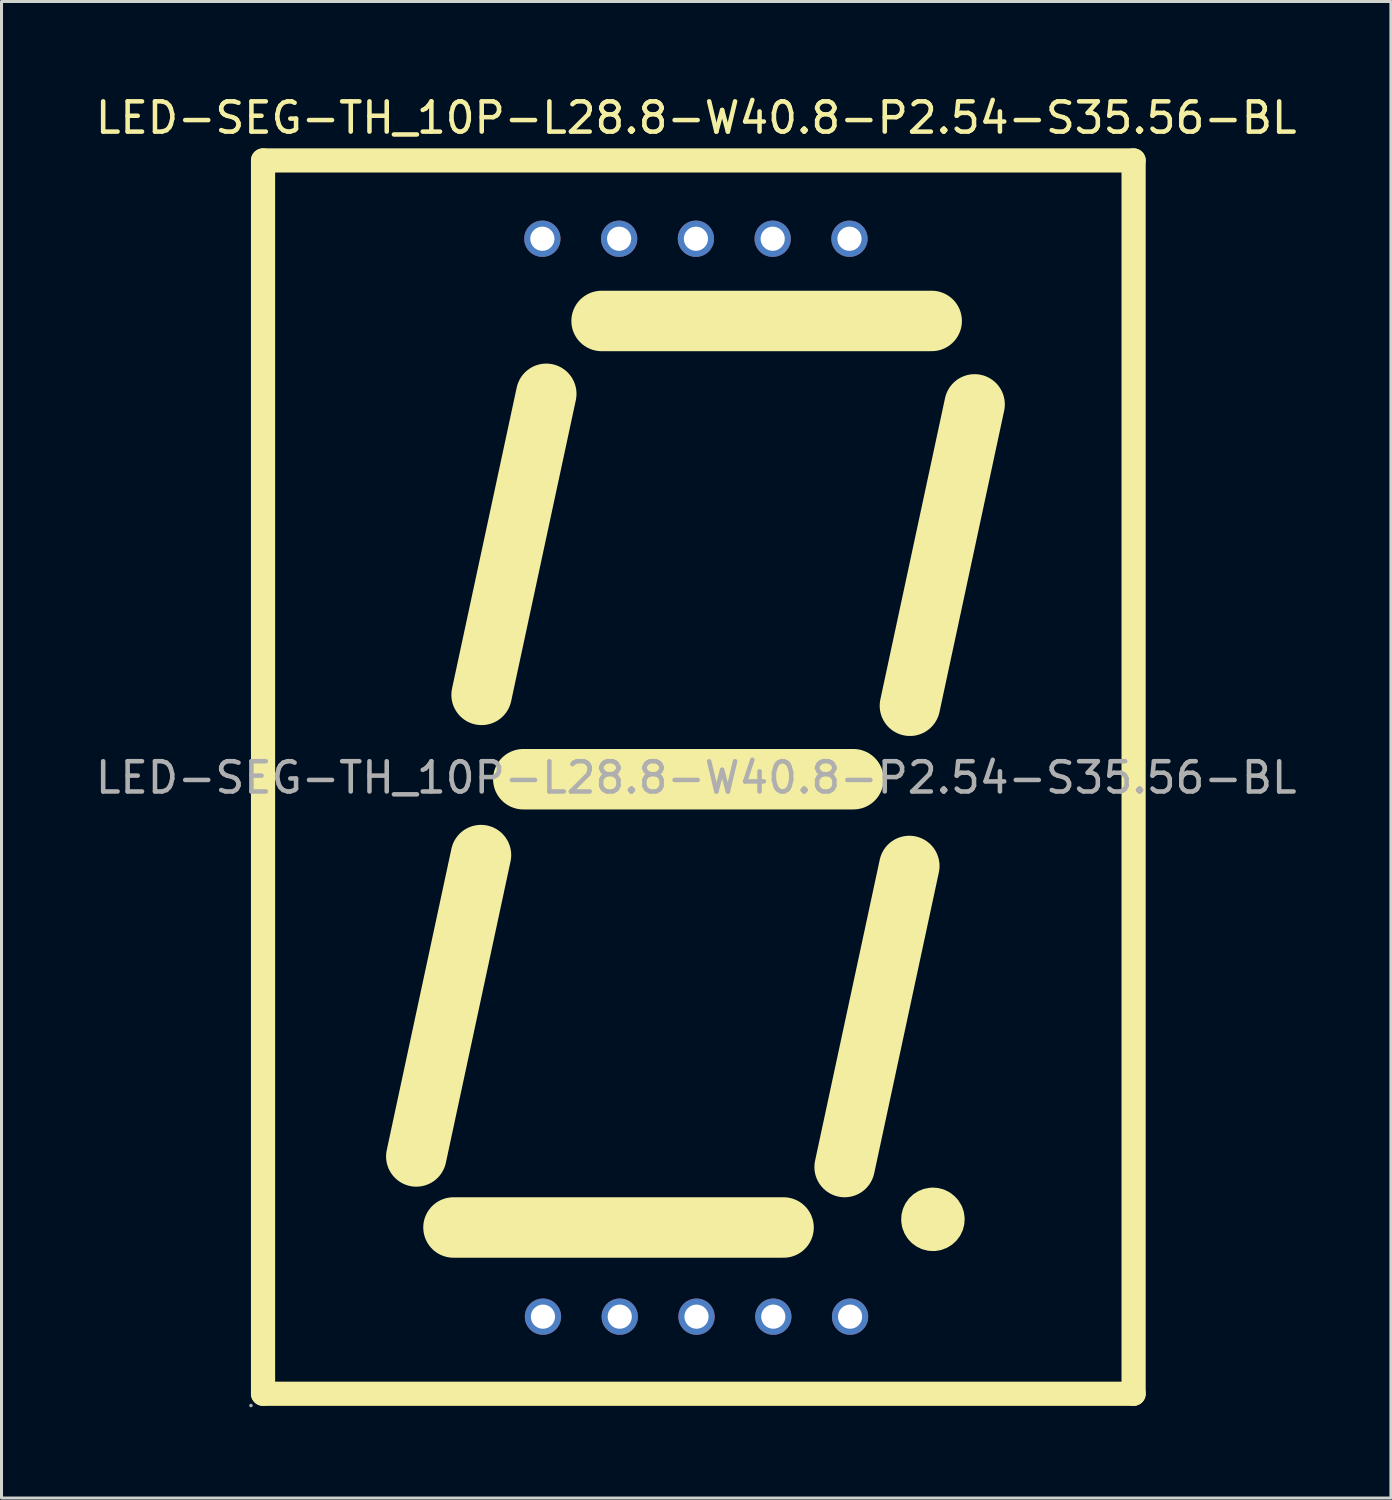
<source format=kicad_pcb>
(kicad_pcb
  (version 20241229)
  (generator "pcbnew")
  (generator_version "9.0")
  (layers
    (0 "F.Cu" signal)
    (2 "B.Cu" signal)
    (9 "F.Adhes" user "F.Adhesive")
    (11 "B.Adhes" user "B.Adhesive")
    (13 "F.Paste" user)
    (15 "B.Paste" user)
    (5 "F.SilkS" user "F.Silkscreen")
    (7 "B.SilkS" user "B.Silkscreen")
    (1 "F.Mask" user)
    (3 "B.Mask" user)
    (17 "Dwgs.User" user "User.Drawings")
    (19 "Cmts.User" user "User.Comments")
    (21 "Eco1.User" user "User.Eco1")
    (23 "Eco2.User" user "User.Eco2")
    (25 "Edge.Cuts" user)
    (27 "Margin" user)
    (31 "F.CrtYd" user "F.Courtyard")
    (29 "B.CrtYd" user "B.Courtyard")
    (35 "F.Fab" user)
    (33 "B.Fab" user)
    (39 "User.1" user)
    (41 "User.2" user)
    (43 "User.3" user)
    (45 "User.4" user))
  (footprint "LED-SEG-TH_10P-L28.8-W40.8-P2.54-S35.56-BL"
    (layer "F.Cu")
    (at 19.982 22.678)
    (property "Reference" "LED-SEG-TH_10P-L28.8-W40.8-P2.54-S35.56-BL" (at 0 -21.83 0) (layer "F.SilkS") (effects (font (size 1 1) (thickness 0.15))))
    (attr through_hole)
    (fp_line (start -14.33 -20.42) (end -14.33 20.38) (stroke (width 0.8) (type solid)) (layer "F.SilkS"))
    (fp_line (start -14.33 20.38) (end 14.47 20.38) (stroke (width 0.8) (type solid)) (layer "F.SilkS"))
    (fp_line (start -9.26 12.53) (end -7.12 2.56) (stroke (width 2) (type solid)) (layer "F.SilkS"))
    (fp_line (start -7.1 -2.74) (end -4.96 -12.7) (stroke (width 2) (type solid)) (layer "F.SilkS"))
    (fp_line (start 2.89 14.88) (end -8.03 14.88) (stroke (width 2) (type solid)) (layer "F.SilkS"))
    (fp_line (start 4.91 12.88) (end 7.05 2.92) (stroke (width 2) (type solid)) (layer "F.SilkS"))
    (fp_line (start 5.2 0.05) (end -5.72 0.05) (stroke (width 2) (type solid)) (layer "F.SilkS"))
    (fp_line (start 7.07 -2.38) (end 9.21 -12.35) (stroke (width 2) (type solid)) (layer "F.SilkS"))
    (fp_line (start 7.79 -15.11) (end -3.13 -15.11) (stroke (width 2) (type solid)) (layer "F.SilkS"))
    (fp_line (start 14.47 -20.42) (end -14.33 -20.42) (stroke (width 0.8) (type solid)) (layer "F.SilkS"))
    (fp_line (start 14.47 20.38) (end 14.47 -20.42) (stroke (width 0.8) (type solid)) (layer "F.SilkS"))
    (fp_arc (start 7.83 14.31) (mid 7.835 14.909958) (end 7.820001 14.310167) (stroke (width 1.5) (type solid)) (layer "F.SilkS"))
    (fp_circle (center -14.73 20.77) (end -14.7 20.77) (stroke (width 0.06) (type solid)) (fill no) (layer "F.Fab"))
    (fp_circle (center -5.09 -17.83) (end -4.94 -17.83) (stroke (width 0.3) (type solid)) (fill no) (layer "F.Fab"))
    (fp_circle (center -5.07 17.83) (end -4.92 17.83) (stroke (width 0.3) (type solid)) (fill no) (layer "F.Fab"))
    (fp_circle (center -2.55 -17.83) (end -2.4 -17.83) (stroke (width 0.3) (type solid)) (fill no) (layer "F.Fab"))
    (fp_circle (center -2.53 17.83) (end -2.38 17.83) (stroke (width 0.3) (type solid)) (fill no) (layer "F.Fab"))
    (fp_circle (center -0.01 -17.83) (end 0.14 -17.83) (stroke (width 0.3) (type solid)) (fill no) (layer "F.Fab"))
    (fp_circle (center 0.01 17.83) (end 0.16 17.83) (stroke (width 0.3) (type solid)) (fill no) (layer "F.Fab"))
    (fp_circle (center 2.53 -17.83) (end 2.68 -17.83) (stroke (width 0.3) (type solid)) (fill no) (layer "F.Fab"))
    (fp_circle (center 2.55 17.83) (end 2.7 17.83) (stroke (width 0.3) (type solid)) (fill no) (layer "F.Fab"))
    (fp_circle (center 5.07 -17.83) (end 5.22 -17.83) (stroke (width 0.3) (type solid)) (fill no) (layer "F.Fab"))
    (fp_circle (center 5.09 17.83) (end 5.24 17.83) (stroke (width 0.3) (type solid)) (fill no) (layer "F.Fab"))
    (fp_text user "${REFERENCE}" (at 0 0 0) (layer "F.Fab") (effects (font (size 1 1) (thickness 0.15))))
    (pad "1" thru_hole circle (at -5.07 17.83 270) (size 1.2 1.2) (drill 0.8) (layers "*.Cu" "*.Paste" "*.Mask"))
    (pad "2" thru_hole circle (at -2.53 17.83 270) (size 1.2 1.2) (drill 0.8) (layers "*.Cu" "*.Paste" "*.Mask"))
    (pad "3" thru_hole circle (at 0.01 17.83 270) (size 1.2 1.2) (drill 0.8) (layers "*.Cu" "*.Paste" "*.Mask"))
    (pad "4" thru_hole circle (at 2.55 17.83 270) (size 1.2 1.2) (drill 0.8) (layers "*.Cu" "*.Paste" "*.Mask"))
    (pad "5" thru_hole circle (at 5.09 17.83 270) (size 1.2 1.2) (drill 0.8) (layers "*.Cu" "*.Paste" "*.Mask"))
    (pad "6" thru_hole circle (at 5.07 -17.83 270) (size 1.2 1.2) (drill 0.8) (layers "*.Cu" "*.Paste" "*.Mask"))
    (pad "7" thru_hole circle (at 2.53 -17.83 270) (size 1.2 1.2) (drill 0.8) (layers "*.Cu" "*.Paste" "*.Mask"))
    (pad "8" thru_hole circle (at -0.01 -17.83 270) (size 1.2 1.2) (drill 0.8) (layers "*.Cu" "*.Paste" "*.Mask"))
    (pad "9" thru_hole circle (at -2.55 -17.83 270) (size 1.2 1.2) (drill 0.8) (layers "*.Cu" "*.Paste" "*.Mask"))
    (pad "10" thru_hole circle (at -5.09 -17.83 270) (size 1.2 1.2) (drill 0.8) (layers "*.Cu" "*.Paste" "*.Mask")))
  (gr_rect
    (start -3 -3)
    (end 42.964 46.508)
    (stroke (width 0.1) (type default))
    (fill no)
    (layer "Edge.Cuts")))
</source>
